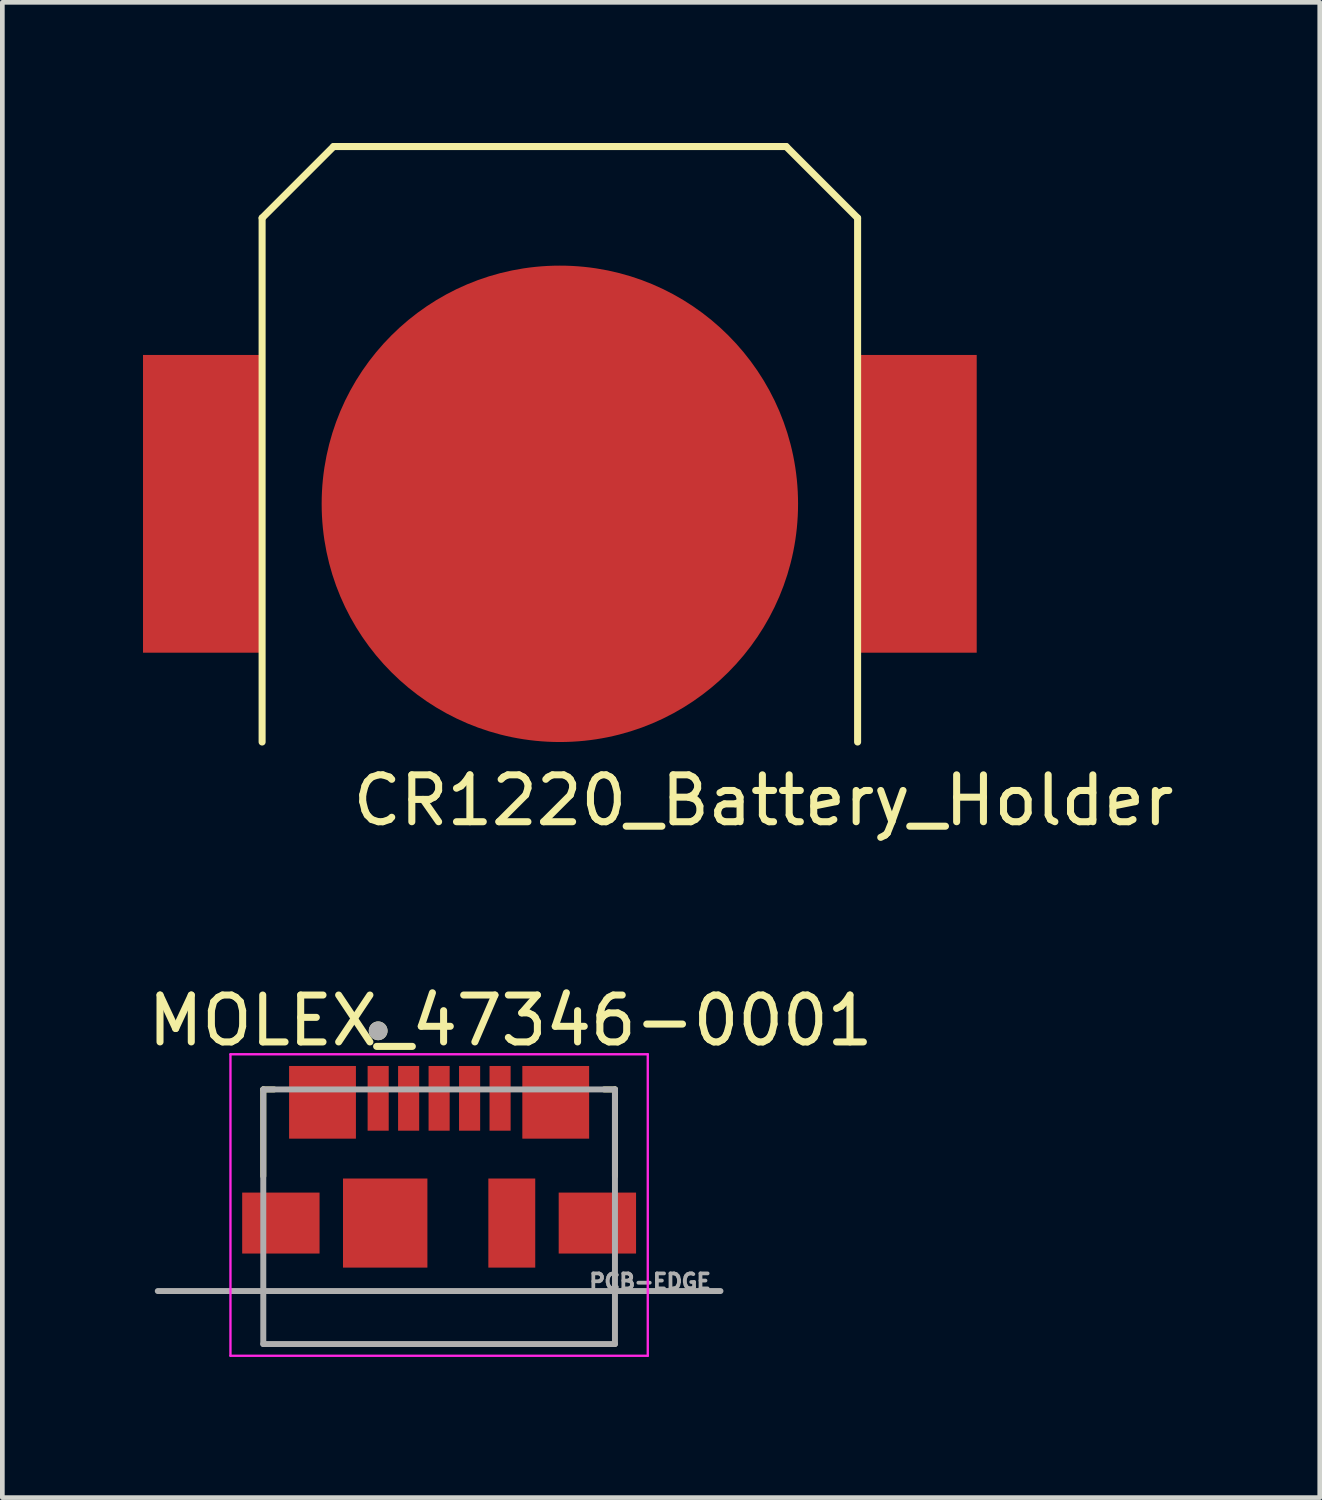
<source format=kicad_pcb>
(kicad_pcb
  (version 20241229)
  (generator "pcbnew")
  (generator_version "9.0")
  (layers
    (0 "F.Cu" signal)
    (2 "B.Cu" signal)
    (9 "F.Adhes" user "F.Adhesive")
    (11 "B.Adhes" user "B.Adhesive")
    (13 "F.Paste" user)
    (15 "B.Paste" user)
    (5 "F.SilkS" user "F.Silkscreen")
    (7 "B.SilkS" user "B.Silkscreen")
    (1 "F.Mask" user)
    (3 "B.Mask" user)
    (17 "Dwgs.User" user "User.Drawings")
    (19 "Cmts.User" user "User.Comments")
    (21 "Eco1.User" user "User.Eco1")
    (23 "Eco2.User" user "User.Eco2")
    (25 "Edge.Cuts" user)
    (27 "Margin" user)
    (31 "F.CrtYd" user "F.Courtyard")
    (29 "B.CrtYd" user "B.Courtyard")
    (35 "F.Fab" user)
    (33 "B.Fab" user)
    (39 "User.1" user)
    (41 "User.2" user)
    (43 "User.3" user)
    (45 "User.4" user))
  (footprint "CR1220_Battery_Holder"
    (layer "F.Cu")
    (at 8.89 7.695)
    (property "Reference" "CR1220_Battery_Holder" (at 4.343 6.325 0) (layer "F.SilkS") (effects (font (size 1 1) (thickness 0.15))))
    (attr through_hole)
    (fp_line (start -6.35 -6.096) (end -4.826 -7.62) (stroke (width 0.15) (type solid)) (layer "F.SilkS"))
    (fp_line (start -6.35 5.08) (end -6.35 -6.096) (stroke (width 0.15) (type solid)) (layer "F.SilkS"))
    (fp_line (start 4.826 -7.62) (end -4.826 -7.62) (stroke (width 0.15) (type solid)) (layer "F.SilkS"))
    (fp_line (start 6.35 -6.096) (end 4.826 -7.62) (stroke (width 0.15) (type solid)) (layer "F.SilkS"))
    (fp_line (start 6.35 5.08) (end 6.35 -6.096) (stroke (width 0.15) (type solid)) (layer "F.SilkS"))
    (pad "1" smd rect (at -7.62 0) (size 2.54 6.35) (layers "F.Cu" "F.Mask" "F.Paste"))
    (pad "1" smd rect (at 7.62 0) (size 2.54 6.35) (layers "F.Cu" "F.Mask" "F.Paste"))
    (pad "2" smd circle (at 0 0) (size 10.16 10.16) (layers "F.Cu" "F.Mask" "F.Paste")))
  (footprint "MOLEX_47346-0001"
    (layer "F.Cu")
    (at 6.315 23.034)
    (property "Reference" "MOLEX_47346-0001" (at 1.524 -4.318 0) (layer "F.SilkS") (effects (font (size 1 1) (thickness 0.15))))
    (attr through_hole)
    (fp_line (start -3.75 -2.85) (end -3.75 -1) (stroke (width 0.127) (type solid)) (layer "F.SilkS"))
    (fp_line (start -3.75 -2.85) (end -3.52 -2.85) (stroke (width 0.127) (type solid)) (layer "F.SilkS"))
    (fp_line (start 3.75 -2.85) (end 3.52 -2.85) (stroke (width 0.127) (type solid)) (layer "F.SilkS"))
    (fp_line (start 3.75 -2.85) (end 3.75 -1) (stroke (width 0.127) (type solid)) (layer "F.SilkS"))
    (fp_circle (center -1.3 -4.1) (end -1.2 -4.1) (stroke (width 0.2) (type solid)) (fill no) (layer "F.SilkS"))
    (fp_line (start -4.45 -3.6) (end 4.45 -3.6) (stroke (width 0.05) (type solid)) (layer "F.CrtYd"))
    (fp_line (start -4.45 2.83) (end -4.45 -3.6) (stroke (width 0.05) (type solid)) (layer "F.CrtYd"))
    (fp_line (start 4.45 -3.6) (end 4.45 2.83) (stroke (width 0.05) (type solid)) (layer "F.CrtYd"))
    (fp_line (start 4.45 2.83) (end -4.45 2.83) (stroke (width 0.05) (type solid)) (layer "F.CrtYd"))
    (fp_line (start -6 1.45) (end 6 1.45) (stroke (width 0.127) (type solid)) (layer "F.Fab"))
    (fp_line (start -3.75 -2.85) (end 3.75 -2.85) (stroke (width 0.127) (type solid)) (layer "F.Fab"))
    (fp_line (start -3.75 2.58) (end -3.75 -2.85) (stroke (width 0.127) (type solid)) (layer "F.Fab"))
    (fp_line (start 3.75 -2.85) (end 3.75 2.58) (stroke (width 0.127) (type solid)) (layer "F.Fab"))
    (fp_line (start 3.75 2.58) (end -3.75 2.58) (stroke (width 0.127) (type solid)) (layer "F.Fab"))
    (fp_circle (center -1.3 -4.1) (end -1.2 -4.1) (stroke (width 0.2) (type solid)) (fill no) (layer "F.Fab"))
    (fp_text user "PCB-EDGE" (at 4.5 1.25 0) (layer "F.Fab") (effects (font (size 0.32 0.32) (thickness 0.15))))
    (pad "1" smd rect (at -1.3 -2.66) (size 0.45 1.38) (layers "F.Cu" "F.Mask" "F.Paste"))
    (pad "2" smd rect (at -0.65 -2.66) (size 0.45 1.38) (layers "F.Cu" "F.Mask" "F.Paste"))
    (pad "3" smd rect (at 0 -2.66) (size 0.45 1.38) (layers "F.Cu" "F.Mask" "F.Paste"))
    (pad "4" smd rect (at 0.65 -2.66) (size 0.45 1.38) (layers "F.Cu" "F.Mask" "F.Paste"))
    (pad "5" smd rect (at 1.3 -2.66) (size 0.45 1.38) (layers "F.Cu" "F.Mask" "F.Paste"))
    (pad "6" smd rect (at -3.375 0) (size 1.65 1.3) (layers "F.Cu" "F.Mask" "F.Paste"))
    (pad "6" smd rect (at -2.487 -2.575) (size 1.425 1.55) (layers "F.Cu" "F.Mask" "F.Paste"))
    (pad "6" smd rect (at -1.15 0) (size 1.8 1.9) (layers "F.Cu" "F.Mask" "F.Paste"))
    (pad "6" smd rect (at 1.55 0) (size 1 1.9) (layers "F.Cu" "F.Mask" "F.Paste"))
    (pad "6" smd rect (at 2.487 -2.575) (size 1.425 1.55) (layers "F.Cu" "F.Mask" "F.Paste"))
    (pad "6" smd rect (at 3.375 0) (size 1.65 1.3) (layers "F.Cu" "F.Mask" "F.Paste")))
  (gr_rect
    (start -3 -3)
    (end 25.096 28.889)
    (stroke (width 0.1) (type default))
    (fill no)
    (layer "Edge.Cuts")))
</source>
